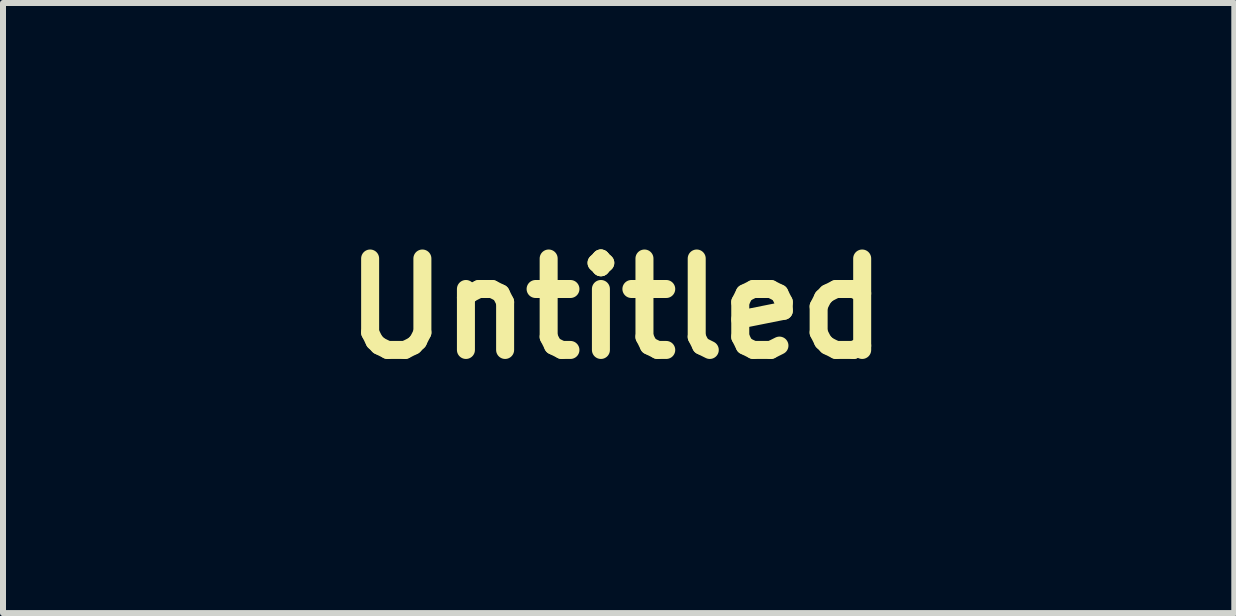
<source format=kicad_pcb>
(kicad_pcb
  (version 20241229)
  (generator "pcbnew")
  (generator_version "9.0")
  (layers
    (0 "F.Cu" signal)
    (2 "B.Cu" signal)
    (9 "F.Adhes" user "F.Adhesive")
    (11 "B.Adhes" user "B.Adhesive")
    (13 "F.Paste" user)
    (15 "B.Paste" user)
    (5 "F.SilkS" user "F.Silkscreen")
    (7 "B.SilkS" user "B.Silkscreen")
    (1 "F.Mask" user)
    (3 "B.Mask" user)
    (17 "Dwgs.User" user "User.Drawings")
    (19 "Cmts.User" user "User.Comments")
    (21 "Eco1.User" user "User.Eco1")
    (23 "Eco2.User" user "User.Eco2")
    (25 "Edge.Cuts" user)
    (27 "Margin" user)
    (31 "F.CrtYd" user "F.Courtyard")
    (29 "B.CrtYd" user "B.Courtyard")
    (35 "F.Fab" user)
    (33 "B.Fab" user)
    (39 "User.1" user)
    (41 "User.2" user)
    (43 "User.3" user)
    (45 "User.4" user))
  (footprint "Untitled"
    (layer "F.Cu")
    (at 7.219 2.093)
    (property "Reference" "Untitled" (at 0 0 0) (layer "F.SilkS") (effects (font (size 1.524 1.524) (thickness 0.3))))
    (attr through_hole)
    (fp_poly (pts (xy 7.112 0.002) (xy 7.071 0.045) (xy 7.036 0.051) (xy 6.968 0.04) (xy 6.96 0.031) (xy 6.999 -0.002) (xy 7.036 -0.018) (xy 7.101 -0.019) (xy 7.112 0.002)) (stroke (width 0.01) (type solid)) (fill yes) (layer "F.Mask"))
    (fp_poly (pts (xy -4.97 -2.085) (xy -4.783 -2.07) (xy -4.64 -2.042) (xy -4.572 -2.007) (xy -4.54 -1.95) (xy -4.591 -1.931) (xy -4.628 -1.93) (xy -4.666 -1.92) (xy -4.663 -1.883) (xy -4.611 -1.809) (xy -4.502 -1.689) (xy -4.33 -1.512) (xy -4.254 -1.434) (xy -4.073 -1.249) (xy -3.923 -1.085) (xy -3.814 -0.958) (xy -3.762 -0.882) (xy -3.759 -0.872) (xy -3.775 -0.793) (xy -3.817 -0.65) (xy -3.873 -0.479) (xy -3.942 -0.3) (xy -3.999 -0.199) (xy -4.059 -0.158) (xy -4.099 -0.152) (xy -4.201 -0.132) (xy -4.242 -0.102) (xy -4.303 -0.082) (xy -4.454 -0.067) (xy -4.681 -0.056) (xy -4.972 -0.051) (xy -5.083 -0.051) (xy -5.406 -0.048) (xy -5.654 -0.039) (xy -5.818 -0.024) (xy -5.89 -0.005) (xy -5.893 0) (xy -5.85 0.041) (xy -5.791 0.051) (xy -5.708 0.057) (xy -5.69 0.066) (xy -5.706 0.116) (xy -5.752 0.247) (xy -5.823 0.442) (xy -5.912 0.688) (xy -6.014 0.968) (xy -6.338 1.854) (xy -6.194 1.87) (xy -6.092 1.899) (xy -6.079 1.958) (xy -6.079 1.959) (xy -6.119 1.996) (xy -6.214 2.019) (xy -6.382 2.03) (xy -6.557 2.032) (xy -6.774 2.03) (xy -6.905 2.02) (xy -6.969 2.001) (xy -6.982 1.969) (xy -6.978 1.956) (xy -6.984 1.898) (xy -7.072 1.88) (xy -7.081 1.88) (xy -7.179 1.869) (xy -7.214 1.847) (xy -7.197 1.79) (xy -7.151 1.655) (xy -7.081 1.456) (xy -6.993 1.21) (xy -6.909 0.978) (xy -6.81 0.704) (xy -6.724 0.462) (xy -6.657 0.269) (xy -6.616 0.142) (xy -6.604 0.097) (xy -6.646 0.059) (xy -6.701 0.051) (xy -6.772 0.023) (xy -6.778 -0.041) (xy -6.729 -0.112) (xy -6.639 -0.158) (xy -6.617 -0.162) (xy -6.569 -0.175) (xy -6.524 -0.21) (xy -6.477 -0.279) (xy -6.42 -0.396) (xy -6.348 -0.575) (xy -6.316 -0.659) (xy -5.418 -0.659) (xy -5.393 -0.634) (xy -5.319 -0.619) (xy -5.179 -0.612) (xy -4.957 -0.61) (xy -4.896 -0.61) (xy -4.346 -0.61) (xy -4.724 -0.991) (xy -4.883 -1.147) (xy -5.016 -1.273) (xy -5.107 -1.352) (xy -5.138 -1.372) (xy -5.171 -1.328) (xy -5.223 -1.213) (xy -5.273 -1.079) (xy -5.333 -0.907) (xy -5.385 -0.764) (xy -5.41 -0.699) (xy -5.418 -0.659) (xy -6.316 -0.659) (xy -6.253 -0.827) (xy -6.174 -1.041) (xy -6.06 -1.351) (xy -5.973 -1.579) (xy -5.905 -1.736) (xy -5.852 -1.836) (xy -5.806 -1.892) (xy -5.76 -1.918) (xy -5.737 -1.923) (xy -5.625 -1.963) (xy -5.573 -2.011) (xy -5.501 -2.05) (xy -5.358 -2.076) (xy -5.171 -2.087) (xy -4.97 -2.085)) (stroke (width 0.01) (type solid)) (fill yes) (layer "F.Mask"))
    (fp_poly (pts (xy 0.661 -2.075) (xy 0.774 -2.047) (xy 0.813 -2.01) (xy 0.768 -1.95) (xy 0.677 -1.921) (xy 0.626 -1.909) (xy 0.581 -1.879) (xy 0.535 -1.816) (xy 0.481 -1.708) (xy 0.413 -1.542) (xy 0.323 -1.304) (xy 0.226 -1.041) (xy 0.113 -0.733) (xy 0.026 -0.507) (xy -0.04 -0.35) (xy -0.093 -0.251) (xy -0.138 -0.195) (xy -0.184 -0.169) (xy -0.217 -0.162) (xy -0.314 -0.124) (xy -0.371 -0.056) (xy -0.377 0.012) (xy -0.32 0.05) (xy -0.3 0.051) (xy -0.22 0.071) (xy -0.203 0.097) (xy -0.22 0.158) (xy -0.266 0.297) (xy -0.336 0.499) (xy -0.424 0.748) (xy -0.508 0.978) (xy -0.607 1.251) (xy -0.693 1.491) (xy -0.759 1.681) (xy -0.801 1.805) (xy -0.813 1.847) (xy -0.772 1.877) (xy -0.749 1.88) (xy -0.697 1.836) (xy -0.634 1.723) (xy -0.594 1.626) (xy -0.504 1.372) (xy 0.032 1.372) (xy 0.249 1.368) (xy 0.421 1.357) (xy 0.526 1.342) (xy 0.55 1.328) (xy 0.507 1.278) (xy 0.403 1.179) (xy 0.258 1.048) (xy 0.165 0.968) (xy 0.007 0.828) (xy -0.118 0.713) (xy -0.144 0.686) (xy 0.9 0.686) (xy 1.288 1.01) (xy 1.453 1.155) (xy 1.583 1.282) (xy 1.661 1.374) (xy 1.676 1.406) (xy 1.658 1.497) (xy 1.612 1.63) (xy 1.6 1.659) (xy 1.546 1.792) (xy 1.53 1.857) (xy 1.551 1.878) (xy 1.594 1.88) (xy 1.638 1.832) (xy 1.708 1.692) (xy 1.802 1.466) (xy 1.875 1.274) (xy 2.646 1.274) (xy 2.674 1.341) (xy 2.767 1.365) (xy 2.935 1.363) (xy 2.978 1.361) (xy 3.314 1.346) (xy 3.403 1.118) (xy 3.486 0.905) (xy 3.528 0.771) (xy 3.523 0.697) (xy 3.463 0.666) (xy 3.34 0.66) (xy 3.207 0.66) (xy 2.852 0.66) (xy 2.747 0.942) (xy 2.673 1.146) (xy 2.646 1.274) (xy 1.875 1.274) (xy 1.918 1.158) (xy 1.975 1.001) (xy 2.089 0.677) (xy 2.173 0.437) (xy 2.23 0.268) (xy 2.263 0.157) (xy 2.276 0.092) (xy 2.272 0.061) (xy 2.255 0.052) (xy 2.239 0.051) (xy 2.2 0.095) (xy 2.145 0.21) (xy 2.096 0.343) (xy 1.998 0.635) (xy 1.449 0.66) (xy 0.9 0.686) (xy -0.144 0.686) (xy -0.191 0.637) (xy -0.203 0.618) (xy -0.186 0.555) (xy -0.143 0.43) (xy -0.102 0.318) (xy -0.046 0.166) (xy -0.026 0.087) (xy -0.042 0.056) (xy -0.094 0.051) (xy -0.102 0.051) (xy -0.184 0.019) (xy -0.203 -0.025) (xy -0.191 -0.051) (xy -0.147 -0.07) (xy -0.059 -0.084) (xy 0.086 -0.093) (xy 0.299 -0.099) (xy 0.591 -0.101) (xy 0.889 -0.102) (xy 1.254 -0.101) (xy 1.529 -0.098) (xy 1.727 -0.092) (xy 1.859 -0.081) (xy 1.937 -0.067) (xy 1.974 -0.046) (xy 1.981 -0.025) (xy 2.008 0.043) (xy 2.063 0.033) (xy 2.101 -0.025) (xy 2.124 -0.051) (xy 2.179 -0.07) (xy 2.278 -0.084) (xy 2.433 -0.093) (xy 2.657 -0.099) (xy 2.961 -0.101) (xy 3.248 -0.102) (xy 3.616 -0.101) (xy 3.893 -0.098) (xy 4.092 -0.093) (xy 4.225 -0.083) (xy 4.302 -0.07) (xy 4.335 -0.051) (xy 4.336 -0.026) (xy 4.336 -0.025) (xy 4.344 0.036) (xy 4.414 0.051) (xy 4.5 0.069) (xy 4.521 0.097) (xy 4.504 0.159) (xy 4.456 0.296) (xy 4.386 0.489) (xy 4.299 0.716) (xy 4.293 0.734) (xy 4.206 0.961) (xy 4.134 1.151) (xy 4.084 1.286) (xy 4.064 1.347) (xy 4.064 1.348) (xy 4.11 1.362) (xy 4.227 1.37) (xy 4.318 1.372) (xy 4.463 1.38) (xy 4.555 1.4) (xy 4.572 1.416) (xy 4.554 1.488) (xy 4.509 1.612) (xy 4.493 1.65) (xy 4.45 1.78) (xy 4.443 1.867) (xy 4.47 1.89) (xy 4.497 1.87) (xy 4.522 1.816) (xy 4.575 1.682) (xy 4.652 1.484) (xy 4.745 1.236) (xy 4.847 0.96) (xy 4.96 0.648) (xy 5.04 0.419) (xy 5.091 0.259) (xy 5.116 0.156) (xy 5.117 0.096) (xy 5.099 0.068) (xy 5.074 0.06) (xy 4.995 0.026) (xy 4.978 -0.004) (xy 5.025 -0.026) (xy 5.149 -0.043) (xy 5.324 -0.051) (xy 5.362 -0.051) (xy 5.568 -0.045) (xy 5.688 -0.027) (xy 5.715 -0.000001) (xy 5.731 0.04) (xy 5.788 0.051) (xy 5.848 0.055) (xy 5.879 0.08) (xy 5.88 0.142) (xy 5.848 0.258) (xy 5.782 0.445) (xy 5.742 0.555) (xy 5.677 0.739) (xy 5.632 0.88) (xy 5.615 0.957) (xy 5.617 0.965) (xy 5.668 0.941) (xy 5.791 0.873) (xy 5.974 0.771) (xy 6.2 0.642) (xy 6.432 0.508) (xy 6.688 0.361) (xy 6.915 0.233) (xy 7.098 0.134) (xy 7.222 0.07) (xy 7.271 0.051) (xy 7.297 0.077) (xy 7.285 0.162) (xy 7.23 0.319) (xy 7.163 0.482) (xy 7.127 0.556) (xy 7.077 0.624) (xy 7.001 0.695) (xy 6.887 0.78) (xy 6.721 0.887) (xy 6.491 1.025) (xy 6.193 1.199) (xy 5.844 1.406) (xy 5.584 1.571) (xy 5.407 1.697) (xy 5.31 1.788) (xy 5.291 1.846) (xy 5.345 1.875) (xy 5.411 1.88) (xy 5.509 1.899) (xy 5.525 1.943) (xy 5.46 1.983) (xy 5.303 2.01) (xy 5.139 2.022) (xy 4.946 2.026) (xy 4.834 2.017) (xy 4.784 1.991) (xy 4.775 1.958) (xy 4.748 1.889) (xy 4.724 1.88) (xy 4.678 1.92) (xy 4.674 1.951) (xy 4.625 1.987) (xy 4.485 2.017) (xy 4.266 2.042) (xy 3.978 2.059) (xy 3.632 2.069) (xy 3.24 2.07) (xy 2.819 2.063) (xy 2.489 2.054) (xy 2.247 2.047) (xy 2.08 2.04) (xy 1.975 2.031) (xy 1.919 2.02) (xy 1.899 2.004) (xy 1.901 1.982) (xy 1.912 1.956) (xy 1.904 1.891) (xy 1.86 1.88) (xy 1.789 1.918) (xy 1.778 1.956) (xy 1.766 1.981) (xy 1.722 2) (xy 1.634 2.014) (xy 1.491 2.023) (xy 1.28 2.029) (xy 0.99 2.031) (xy 0.662 2.032) (xy 0.295 2.031) (xy 0.018 2.028) (xy -0.181 2.023) (xy -0.313 2.014) (xy -0.39 2) (xy -0.424 1.981) (xy -0.425 1.956) (xy -0.425 1.956) (xy -0.433 1.89) (xy -0.472 1.88) (xy -0.555 1.921) (xy -0.577 1.956) (xy -0.615 1.995) (xy -0.704 2.018) (xy -0.862 2.03) (xy -1.045 2.032) (xy -1.259 2.029) (xy -1.387 2.02) (xy -1.448 2) (xy -1.458 1.966) (xy -1.455 1.956) (xy -1.455 1.892) (xy -1.506 1.887) (xy -1.579 1.938) (xy -1.6 1.964) (xy -1.63 1.991) (xy -1.685 2.013) (xy -1.776 2.029) (xy -1.915 2.04) (xy -2.116 2.049) (xy -2.391 2.055) (xy -2.752 2.06) (xy -2.85 2.061) (xy -3.197 2.063) (xy -3.519 2.064) (xy -3.798 2.062) (xy -4.017 2.058) (xy -4.161 2.053) (xy -4.201 2.05) (xy -4.315 2.017) (xy -4.338 1.962) (xy -4.335 1.953) (xy -4.344 1.897) (xy -4.439 1.88) (xy -4.44 1.88) (xy -4.538 1.869) (xy -4.572 1.847) (xy -4.555 1.79) (xy -4.509 1.655) (xy -4.439 1.456) (xy -4.351 1.21) (xy -4.267 0.978) (xy -4.168 0.704) (xy -4.082 0.462) (xy -4.016 0.269) (xy -3.974 0.142) (xy -3.962 0.097) (xy -4.005 0.06) (xy -4.067 0.051) (xy -4.137 0.031) (xy -4.14 0) (xy -4.077 -0.025) (xy -3.942 -0.044) (xy -3.762 -0.051) (xy -3.756 -0.051) (xy -3.575 -0.044) (xy -3.45 -0.026) (xy -3.404 0) (xy -3.361 0.041) (xy -3.302 0.051) (xy -3.219 0.059) (xy -3.2 0.07) (xy -3.217 0.122) (xy -3.26 0.247) (xy -3.322 0.421) (xy -3.395 0.623) (xy -3.47 0.83) (xy -3.539 1.018) (xy -3.595 1.165) (xy -3.601 1.181) (xy -3.655 1.321) (xy -2.921 1.321) (xy -2.718 0.749) (xy -2.621 0.478) (xy -2.555 0.287) (xy -2.517 0.164) (xy -2.505 0.093) (xy -2.515 0.06) (xy -2.544 0.051) (xy -2.587 0.051) (xy -2.672 0.03) (xy -2.692 0) (xy -2.645 -0.026) (xy -2.517 -0.043) (xy -2.329 -0.051) (xy -2.311 -0.051) (xy -2.119 -0.044) (xy -1.986 -0.027) (xy -1.931 -0.002) (xy -1.93 0) (xy -1.888 0.041) (xy -1.829 0.051) (xy -1.746 0.058) (xy -1.727 0.067) (xy -1.744 0.119) (xy -1.789 0.247) (xy -1.856 0.434) (xy -1.939 0.661) (xy -1.956 0.706) (xy -2.041 0.939) (xy -2.112 1.136) (xy -2.162 1.278) (xy -2.184 1.346) (xy -2.184 1.349) (xy -2.139 1.362) (xy -2.022 1.37) (xy -1.93 1.372) (xy -1.785 1.375) (xy -1.693 1.384) (xy -1.676 1.391) (xy -1.692 1.446) (xy -1.731 1.563) (xy -1.753 1.627) (xy -1.796 1.778) (xy -1.802 1.868) (xy -1.771 1.885) (xy -1.747 1.865) (xy -1.72 1.81) (xy -1.665 1.674) (xy -1.588 1.474) (xy -1.495 1.226) (xy -1.396 0.955) (xy -1.284 0.645) (xy -1.204 0.417) (xy -1.153 0.259) (xy -1.129 0.156) (xy -1.128 0.098) (xy -1.146 0.069) (xy -1.176 0.06) (xy -1.252 0.016) (xy -1.255 -0.054) (xy -1.194 -0.118) (xy -1.117 -0.142) (xy -1.069 -0.155) (xy -1.025 -0.189) (xy -0.977 -0.259) (xy -0.921 -0.377) (xy -0.848 -0.555) (xy -0.752 -0.807) (xy -0.665 -1.044) (xy -0.551 -1.355) (xy -0.464 -1.583) (xy -0.399 -1.742) (xy -0.347 -1.843) (xy -0.303 -1.899) (xy -0.26 -1.924) (xy -0.212 -1.93) (xy -0.201 -1.93) (xy -0.088 -1.955) (xy -0.032 -2.007) (xy 0.029 -2.047) (xy 0.157 -2.074) (xy 0.324 -2.088) (xy 0.501 -2.088) (xy 0.661 -2.075)) (stroke (width 0.01) (type solid)) (fill yes) (layer "F.Mask")))
  (gr_rect
    (start -3 -3)
    (end 17.521 7.168)
    (stroke (width 0.1) (type default))
    (fill no)
    (layer "Edge.Cuts")))
</source>
